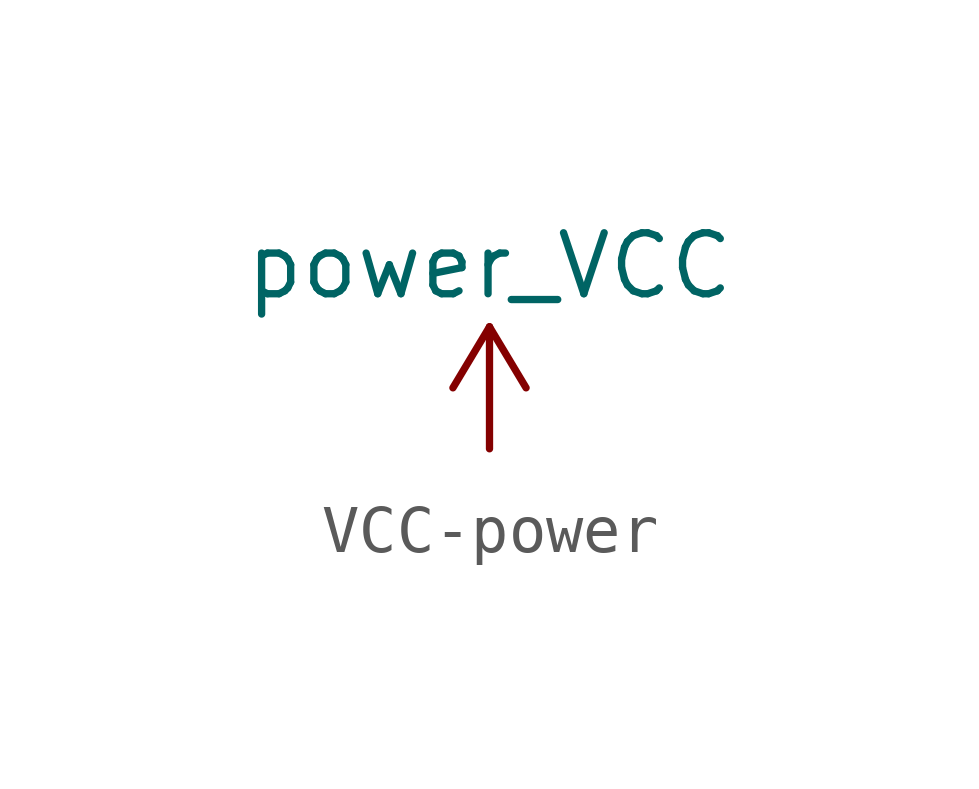
<source format=kicad_sym>
(kicad_symbol_lib
  (version 20241209)
  (generator "kicad_symbol_editor")
  (generator_version "9.0")
  (symbol "VCC-power"
    (power)
    (pin_names
      (offset 0))
    (property "Reference" "#PWR"
      (at 0 -3.81 0)
      (effects (font (size 1.27 1.27)) (hide yes)))
    (property "Value" "power_VCC"
      (at 0 3.81 0)
      (effects (font (size 1.27 1.27))))
    (symbol "VCC-power_0_1"
      (polyline (pts (xy -0.762 1.27) (xy 0 2.54)) (stroke (width 0) (type solid)) (fill (type none)))
      (polyline (pts (xy 0 2.54) (xy 0.762 1.27)) (stroke (width 0) (type solid)) (fill (type none)))
      (polyline (pts (xy 0 0) (xy 0 2.54)) (stroke (width 0) (type solid)) (fill (type none))))
    (symbol "VCC-power_1_1"
      (pin power_in line (at 0 0 90) (length 0) (hide yes) (name "VCC" (effects (font (size 1.27 1.27)))) (number "1" (effects (font (size 1.27 1.27))))))))
</source>
